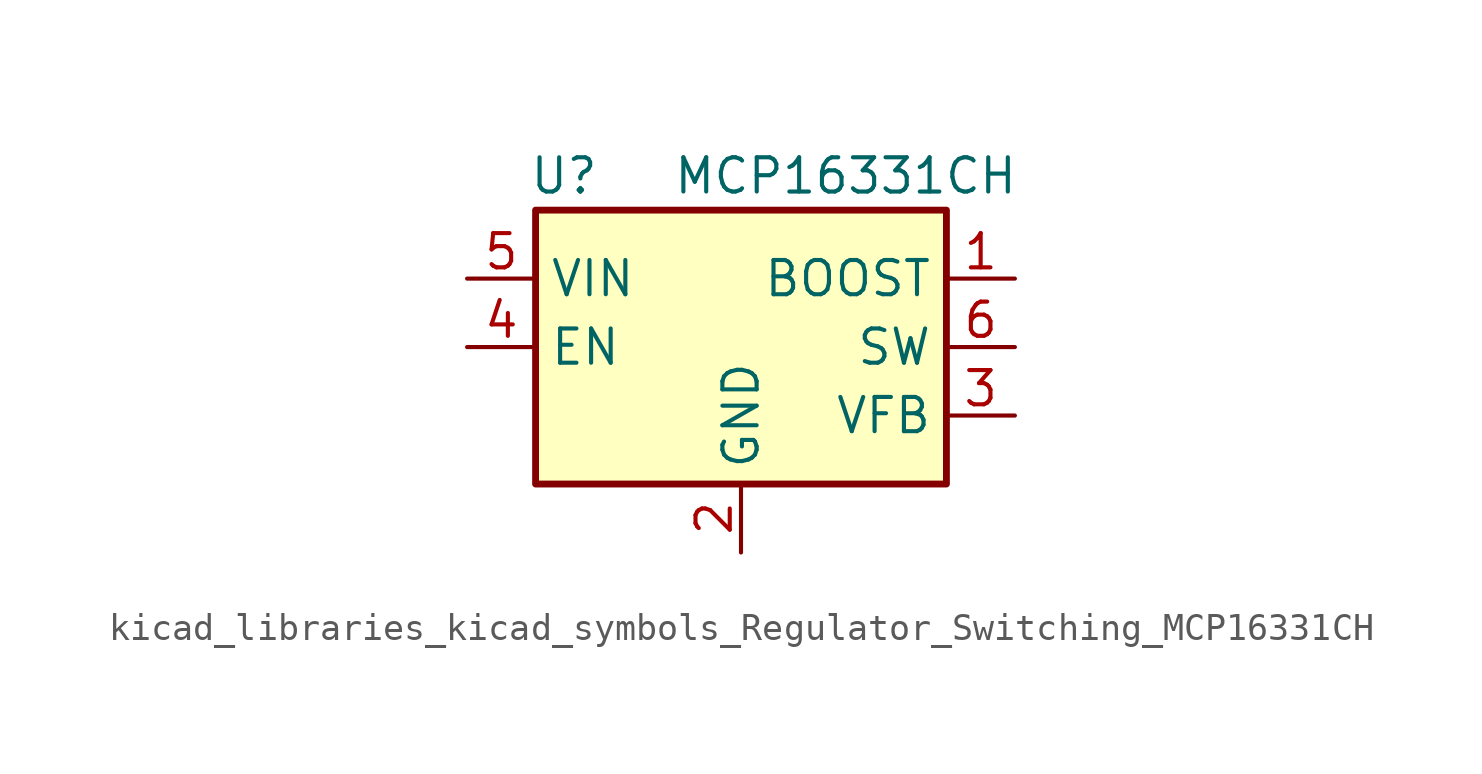
<source format=kicad_sym>
(kicad_symbol_lib
  (version 20220914)
  (generator kicad_symbol_editor)
  (symbol "kicad_libraries_kicad_symbols_Regulator_Switching_MCP16331CH"
    (property "Reference" "U"
      (at -7.874 6.35 0)
      (effects (font (size 1.27 1.27)) (justify left)))
    (property "Value" "MCP16331CH"
      (at -2.54 6.35 0)
      (effects (font (size 1.27 1.27)) (justify left)))
    (symbol "kicad_libraries_kicad_symbols_Regulator_Switching_MCP16331CH_0_1"
      (rectangle (start -7.62 5.08) (end 7.62 -5.08) (stroke (width 0.254) (type default)) (fill (type background))))
    (symbol "kicad_libraries_kicad_symbols_Regulator_Switching_MCP16331CH_1_1"
      (pin input line (at 10.16 2.54 180) (length 2.54) (name "BOOST" (effects (font (size 1.27 1.27)))) (number "1" (effects (font (size 1.27 1.27)))))
      (pin power_in line (at 0 -7.62 90) (length 2.54) (name "GND" (effects (font (size 1.27 1.27)))) (number "2" (effects (font (size 1.27 1.27)))))
      (pin input line (at 10.16 -2.54 180) (length 2.54) (name "VFB" (effects (font (size 1.27 1.27)))) (number "3" (effects (font (size 1.27 1.27)))))
      (pin input line (at -10.16 0 0) (length 2.54) (name "EN" (effects (font (size 1.27 1.27)))) (number "4" (effects (font (size 1.27 1.27)))))
      (pin power_in line (at -10.16 2.54 0) (length 2.54) (name "VIN" (effects (font (size 1.27 1.27)))) (number "5" (effects (font (size 1.27 1.27)))))
      (pin output line (at 10.16 0 180) (length 2.54) (name "SW" (effects (font (size 1.27 1.27)))) (number "6" (effects (font (size 1.27 1.27))))))))
</source>
